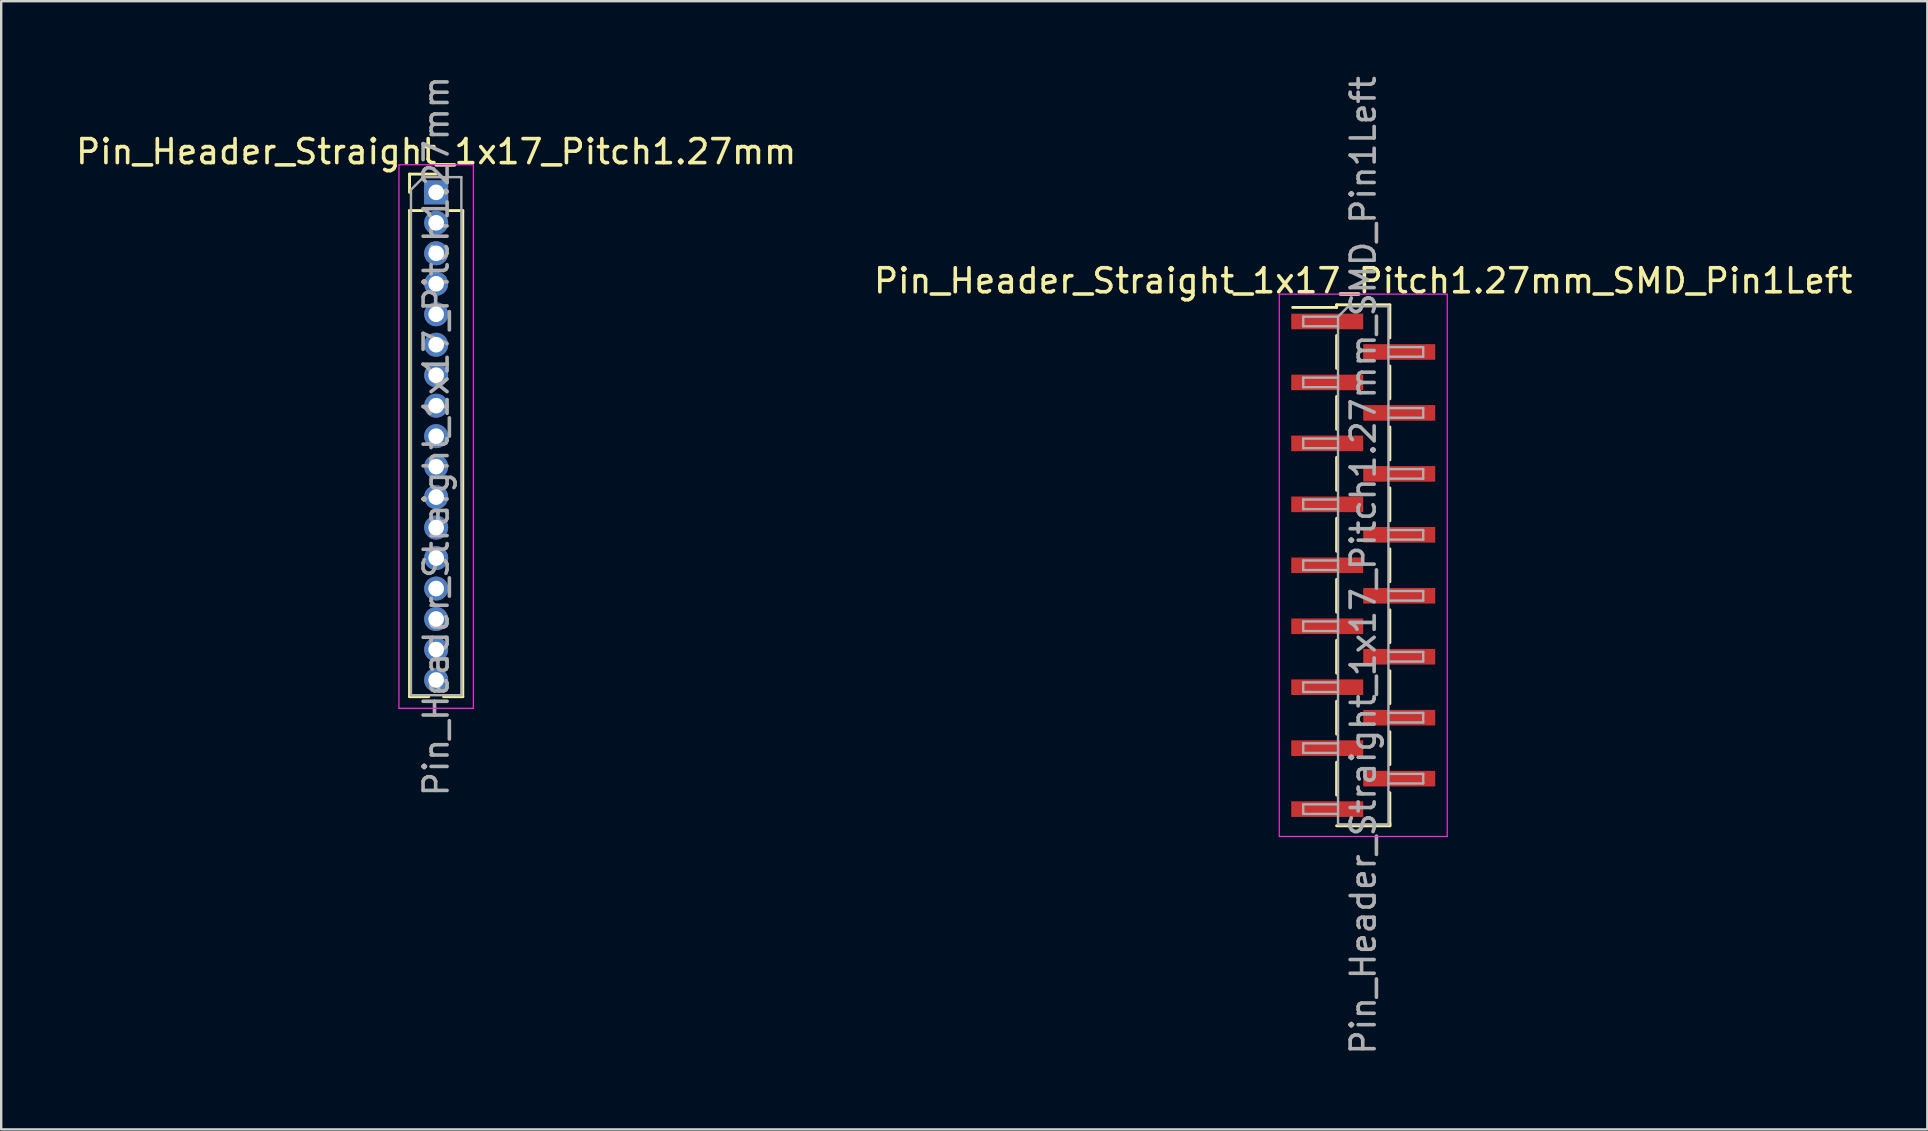
<source format=kicad_pcb>
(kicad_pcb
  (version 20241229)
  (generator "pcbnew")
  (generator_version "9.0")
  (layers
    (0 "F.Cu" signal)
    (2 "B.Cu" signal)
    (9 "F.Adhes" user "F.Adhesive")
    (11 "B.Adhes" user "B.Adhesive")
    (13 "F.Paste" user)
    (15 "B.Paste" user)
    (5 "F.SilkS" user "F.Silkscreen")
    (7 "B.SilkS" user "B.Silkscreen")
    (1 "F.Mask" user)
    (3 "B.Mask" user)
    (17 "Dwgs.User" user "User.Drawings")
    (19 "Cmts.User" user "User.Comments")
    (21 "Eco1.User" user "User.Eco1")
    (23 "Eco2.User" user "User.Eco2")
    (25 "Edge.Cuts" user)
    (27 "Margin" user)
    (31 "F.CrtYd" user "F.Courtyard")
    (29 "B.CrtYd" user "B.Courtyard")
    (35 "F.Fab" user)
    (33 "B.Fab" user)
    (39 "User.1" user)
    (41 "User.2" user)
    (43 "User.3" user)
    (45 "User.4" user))
  (footprint "Pin_Header_Straight_1x17_Pitch1.27mm_SMD_Pin1Left"
    (layer "F.Cu")
    (at 53.756 20.506)
    (property "Reference" "Pin_Header_Straight_1x17_Pitch1.27mm_SMD_Pin1Left" (at 0 -11.855 0) (layer "F.SilkS") (effects (font (size 1 1) (thickness 0.15))))
    (attr smd)
    (fp_line (start -1.11 -10.855) (end -1.11 -10.745) (stroke (width 0.12) (type solid)) (layer "F.SilkS"))
    (fp_line (start -1.11 -10.855) (end 1.11 -10.855) (stroke (width 0.12) (type solid)) (layer "F.SilkS"))
    (fp_line (start -1.11 -10.745) (end -2.94 -10.745) (stroke (width 0.12) (type solid)) (layer "F.SilkS"))
    (fp_line (start -1.11 -9.575) (end -1.11 -8.205) (stroke (width 0.12) (type solid)) (layer "F.SilkS"))
    (fp_line (start -1.11 -7.035) (end -1.11 -5.665) (stroke (width 0.12) (type solid)) (layer "F.SilkS"))
    (fp_line (start -1.11 -4.495) (end -1.11 -3.125) (stroke (width 0.12) (type solid)) (layer "F.SilkS"))
    (fp_line (start -1.11 -1.955) (end -1.11 -0.585) (stroke (width 0.12) (type solid)) (layer "F.SilkS"))
    (fp_line (start -1.11 0.585) (end -1.11 1.955) (stroke (width 0.12) (type solid)) (layer "F.SilkS"))
    (fp_line (start -1.11 3.125) (end -1.11 4.495) (stroke (width 0.12) (type solid)) (layer "F.SilkS"))
    (fp_line (start -1.11 5.665) (end -1.11 7.035) (stroke (width 0.12) (type solid)) (layer "F.SilkS"))
    (fp_line (start -1.11 8.205) (end -1.11 9.575) (stroke (width 0.12) (type solid)) (layer "F.SilkS"))
    (fp_line (start -1.11 10.855) (end 1.11 10.855) (stroke (width 0.12) (type solid)) (layer "F.SilkS"))
    (fp_line (start 1.11 -10.845) (end 1.11 -9.475) (stroke (width 0.12) (type solid)) (layer "F.SilkS"))
    (fp_line (start 1.11 -8.305) (end 1.11 -6.935) (stroke (width 0.12) (type solid)) (layer "F.SilkS"))
    (fp_line (start 1.11 -5.765) (end 1.11 -4.395) (stroke (width 0.12) (type solid)) (layer "F.SilkS"))
    (fp_line (start 1.11 -3.225) (end 1.11 -1.855) (stroke (width 0.12) (type solid)) (layer "F.SilkS"))
    (fp_line (start 1.11 -0.685) (end 1.11 0.685) (stroke (width 0.12) (type solid)) (layer "F.SilkS"))
    (fp_line (start 1.11 1.855) (end 1.11 3.225) (stroke (width 0.12) (type solid)) (layer "F.SilkS"))
    (fp_line (start 1.11 4.395) (end 1.11 5.765) (stroke (width 0.12) (type solid)) (layer "F.SilkS"))
    (fp_line (start 1.11 6.935) (end 1.11 8.305) (stroke (width 0.12) (type solid)) (layer "F.SilkS"))
    (fp_line (start 1.11 9.475) (end 1.11 10.845) (stroke (width 0.12) (type solid)) (layer "F.SilkS"))
    (fp_line (start 1.11 10.745) (end 1.11 10.855) (stroke (width 0.12) (type solid)) (layer "F.SilkS"))
    (fp_line (start -3.5 -11.3) (end -3.5 11.3) (stroke (width 0.05) (type solid)) (layer "F.CrtYd"))
    (fp_line (start -3.5 11.3) (end 3.5 11.3) (stroke (width 0.05) (type solid)) (layer "F.CrtYd"))
    (fp_line (start 3.5 -11.3) (end -3.5 -11.3) (stroke (width 0.05) (type solid)) (layer "F.CrtYd"))
    (fp_line (start 3.5 11.3) (end 3.5 -11.3) (stroke (width 0.05) (type solid)) (layer "F.CrtYd"))
    (fp_line (start -2.5 -10.36) (end -2.5 -9.96) (stroke (width 0.1) (type solid)) (layer "F.Fab"))
    (fp_line (start -2.5 -9.96) (end -1.05 -9.96) (stroke (width 0.1) (type solid)) (layer "F.Fab"))
    (fp_line (start -2.5 -7.82) (end -2.5 -7.42) (stroke (width 0.1) (type solid)) (layer "F.Fab"))
    (fp_line (start -2.5 -7.42) (end -1.05 -7.42) (stroke (width 0.1) (type solid)) (layer "F.Fab"))
    (fp_line (start -2.5 -5.28) (end -2.5 -4.88) (stroke (width 0.1) (type solid)) (layer "F.Fab"))
    (fp_line (start -2.5 -4.88) (end -1.05 -4.88) (stroke (width 0.1) (type solid)) (layer "F.Fab"))
    (fp_line (start -2.5 -2.74) (end -2.5 -2.34) (stroke (width 0.1) (type solid)) (layer "F.Fab"))
    (fp_line (start -2.5 -2.34) (end -1.05 -2.34) (stroke (width 0.1) (type solid)) (layer "F.Fab"))
    (fp_line (start -2.5 -0.2) (end -2.5 0.2) (stroke (width 0.1) (type solid)) (layer "F.Fab"))
    (fp_line (start -2.5 0.2) (end -1.05 0.2) (stroke (width 0.1) (type solid)) (layer "F.Fab"))
    (fp_line (start -2.5 2.34) (end -2.5 2.74) (stroke (width 0.1) (type solid)) (layer "F.Fab"))
    (fp_line (start -2.5 2.74) (end -1.05 2.74) (stroke (width 0.1) (type solid)) (layer "F.Fab"))
    (fp_line (start -2.5 4.88) (end -2.5 5.28) (stroke (width 0.1) (type solid)) (layer "F.Fab"))
    (fp_line (start -2.5 5.28) (end -1.05 5.28) (stroke (width 0.1) (type solid)) (layer "F.Fab"))
    (fp_line (start -2.5 7.42) (end -2.5 7.82) (stroke (width 0.1) (type solid)) (layer "F.Fab"))
    (fp_line (start -2.5 7.82) (end -1.05 7.82) (stroke (width 0.1) (type solid)) (layer "F.Fab"))
    (fp_line (start -2.5 9.96) (end -2.5 10.36) (stroke (width 0.1) (type solid)) (layer "F.Fab"))
    (fp_line (start -2.5 10.36) (end -1.05 10.36) (stroke (width 0.1) (type solid)) (layer "F.Fab"))
    (fp_line (start -1.05 -10.36) (end -2.5 -10.36) (stroke (width 0.1) (type solid)) (layer "F.Fab"))
    (fp_line (start -1.05 -10.36) (end -0.615 -10.795) (stroke (width 0.1) (type solid)) (layer "F.Fab"))
    (fp_line (start -1.05 -7.82) (end -2.5 -7.82) (stroke (width 0.1) (type solid)) (layer "F.Fab"))
    (fp_line (start -1.05 -5.28) (end -2.5 -5.28) (stroke (width 0.1) (type solid)) (layer "F.Fab"))
    (fp_line (start -1.05 -2.74) (end -2.5 -2.74) (stroke (width 0.1) (type solid)) (layer "F.Fab"))
    (fp_line (start -1.05 -0.2) (end -2.5 -0.2) (stroke (width 0.1) (type solid)) (layer "F.Fab"))
    (fp_line (start -1.05 2.34) (end -2.5 2.34) (stroke (width 0.1) (type solid)) (layer "F.Fab"))
    (fp_line (start -1.05 4.88) (end -2.5 4.88) (stroke (width 0.1) (type solid)) (layer "F.Fab"))
    (fp_line (start -1.05 7.42) (end -2.5 7.42) (stroke (width 0.1) (type solid)) (layer "F.Fab"))
    (fp_line (start -1.05 9.96) (end -2.5 9.96) (stroke (width 0.1) (type solid)) (layer "F.Fab"))
    (fp_line (start -1.05 10.795) (end -1.05 -10.36) (stroke (width 0.1) (type solid)) (layer "F.Fab"))
    (fp_line (start -0.615 -10.795) (end 1.05 -10.795) (stroke (width 0.1) (type solid)) (layer "F.Fab"))
    (fp_line (start 1.05 -10.795) (end 1.05 10.795) (stroke (width 0.1) (type solid)) (layer "F.Fab"))
    (fp_line (start 1.05 -9.09) (end 2.5 -9.09) (stroke (width 0.1) (type solid)) (layer "F.Fab"))
    (fp_line (start 1.05 -6.55) (end 2.5 -6.55) (stroke (width 0.1) (type solid)) (layer "F.Fab"))
    (fp_line (start 1.05 -4.01) (end 2.5 -4.01) (stroke (width 0.1) (type solid)) (layer "F.Fab"))
    (fp_line (start 1.05 -1.47) (end 2.5 -1.47) (stroke (width 0.1) (type solid)) (layer "F.Fab"))
    (fp_line (start 1.05 1.07) (end 2.5 1.07) (stroke (width 0.1) (type solid)) (layer "F.Fab"))
    (fp_line (start 1.05 3.61) (end 2.5 3.61) (stroke (width 0.1) (type solid)) (layer "F.Fab"))
    (fp_line (start 1.05 6.15) (end 2.5 6.15) (stroke (width 0.1) (type solid)) (layer "F.Fab"))
    (fp_line (start 1.05 8.69) (end 2.5 8.69) (stroke (width 0.1) (type solid)) (layer "F.Fab"))
    (fp_line (start 1.05 10.795) (end -1.05 10.795) (stroke (width 0.1) (type solid)) (layer "F.Fab"))
    (fp_line (start 2.5 -9.09) (end 2.5 -8.69) (stroke (width 0.1) (type solid)) (layer "F.Fab"))
    (fp_line (start 2.5 -8.69) (end 1.05 -8.69) (stroke (width 0.1) (type solid)) (layer "F.Fab"))
    (fp_line (start 2.5 -6.55) (end 2.5 -6.15) (stroke (width 0.1) (type solid)) (layer "F.Fab"))
    (fp_line (start 2.5 -6.15) (end 1.05 -6.15) (stroke (width 0.1) (type solid)) (layer "F.Fab"))
    (fp_line (start 2.5 -4.01) (end 2.5 -3.61) (stroke (width 0.1) (type solid)) (layer "F.Fab"))
    (fp_line (start 2.5 -3.61) (end 1.05 -3.61) (stroke (width 0.1) (type solid)) (layer "F.Fab"))
    (fp_line (start 2.5 -1.47) (end 2.5 -1.07) (stroke (width 0.1) (type solid)) (layer "F.Fab"))
    (fp_line (start 2.5 -1.07) (end 1.05 -1.07) (stroke (width 0.1) (type solid)) (layer "F.Fab"))
    (fp_line (start 2.5 1.07) (end 2.5 1.47) (stroke (width 0.1) (type solid)) (layer "F.Fab"))
    (fp_line (start 2.5 1.47) (end 1.05 1.47) (stroke (width 0.1) (type solid)) (layer "F.Fab"))
    (fp_line (start 2.5 3.61) (end 2.5 4.01) (stroke (width 0.1) (type solid)) (layer "F.Fab"))
    (fp_line (start 2.5 4.01) (end 1.05 4.01) (stroke (width 0.1) (type solid)) (layer "F.Fab"))
    (fp_line (start 2.5 6.15) (end 2.5 6.55) (stroke (width 0.1) (type solid)) (layer "F.Fab"))
    (fp_line (start 2.5 6.55) (end 1.05 6.55) (stroke (width 0.1) (type solid)) (layer "F.Fab"))
    (fp_line (start 2.5 8.69) (end 2.5 9.09) (stroke (width 0.1) (type solid)) (layer "F.Fab"))
    (fp_line (start 2.5 9.09) (end 1.05 9.09) (stroke (width 0.1) (type solid)) (layer "F.Fab"))
    (fp_text user "${REFERENCE}" (at 0 0 90) (layer "F.Fab") (effects (font (size 1 1) (thickness 0.15))))
    (pad "1" smd rect (at -1.5 -10.16) (size 3 0.65) (layers "F.Cu" "F.Mask" "F.Paste"))
    (pad "2" smd rect (at 1.5 -8.89) (size 3 0.65) (layers "F.Cu" "F.Mask" "F.Paste"))
    (pad "3" smd rect (at -1.5 -7.62) (size 3 0.65) (layers "F.Cu" "F.Mask" "F.Paste"))
    (pad "4" smd rect (at 1.5 -6.35) (size 3 0.65) (layers "F.Cu" "F.Mask" "F.Paste"))
    (pad "5" smd rect (at -1.5 -5.08) (size 3 0.65) (layers "F.Cu" "F.Mask" "F.Paste"))
    (pad "6" smd rect (at 1.5 -3.81) (size 3 0.65) (layers "F.Cu" "F.Mask" "F.Paste"))
    (pad "7" smd rect (at -1.5 -2.54) (size 3 0.65) (layers "F.Cu" "F.Mask" "F.Paste"))
    (pad "8" smd rect (at 1.5 -1.27) (size 3 0.65) (layers "F.Cu" "F.Mask" "F.Paste"))
    (pad "9" smd rect (at -1.5 0) (size 3 0.65) (layers "F.Cu" "F.Mask" "F.Paste"))
    (pad "10" smd rect (at 1.5 1.27) (size 3 0.65) (layers "F.Cu" "F.Mask" "F.Paste"))
    (pad "11" smd rect (at -1.5 2.54) (size 3 0.65) (layers "F.Cu" "F.Mask" "F.Paste"))
    (pad "12" smd rect (at 1.5 3.81) (size 3 0.65) (layers "F.Cu" "F.Mask" "F.Paste"))
    (pad "13" smd rect (at -1.5 5.08) (size 3 0.65) (layers "F.Cu" "F.Mask" "F.Paste"))
    (pad "14" smd rect (at 1.5 6.35) (size 3 0.65) (layers "F.Cu" "F.Mask" "F.Paste"))
    (pad "15" smd rect (at -1.5 7.62) (size 3 0.65) (layers "F.Cu" "F.Mask" "F.Paste"))
    (pad "16" smd rect (at 1.5 8.89) (size 3 0.65) (layers "F.Cu" "F.Mask" "F.Paste"))
    (pad "17" smd rect (at -1.5 10.16) (size 3 0.65) (layers "F.Cu" "F.Mask" "F.Paste")))
  (footprint "Pin_Header_Straight_1x17_Pitch1.27mm"
    (layer "F.Cu")
    (at 15.125 4.965)
    (property "Reference" "Pin_Header_Straight_1x17_Pitch1.27mm" (at 0 -1.695 0) (layer "F.SilkS") (effects (font (size 1 1) (thickness 0.15))))
    (attr through_hole)
    (fp_line (start -1.11 -0.76) (end 0 -0.76) (stroke (width 0.12) (type solid)) (layer "F.SilkS"))
    (fp_line (start -1.11 0) (end -1.11 -0.76) (stroke (width 0.12) (type solid)) (layer "F.SilkS"))
    (fp_line (start -1.11 0.76) (end -1.11 21.015) (stroke (width 0.12) (type solid)) (layer "F.SilkS"))
    (fp_line (start -1.11 0.76) (end -0.563 0.76) (stroke (width 0.12) (type solid)) (layer "F.SilkS"))
    (fp_line (start -1.11 21.015) (end -0.308 21.015) (stroke (width 0.12) (type solid)) (layer "F.SilkS"))
    (fp_line (start 0.308 21.015) (end 1.11 21.015) (stroke (width 0.12) (type solid)) (layer "F.SilkS"))
    (fp_line (start 0.563 0.76) (end 1.11 0.76) (stroke (width 0.12) (type solid)) (layer "F.SilkS"))
    (fp_line (start 1.11 0.76) (end 1.11 21.015) (stroke (width 0.12) (type solid)) (layer "F.SilkS"))
    (fp_line (start -1.55 -1.15) (end -1.55 21.5) (stroke (width 0.05) (type solid)) (layer "F.CrtYd"))
    (fp_line (start -1.55 21.5) (end 1.55 21.5) (stroke (width 0.05) (type solid)) (layer "F.CrtYd"))
    (fp_line (start 1.55 -1.15) (end -1.55 -1.15) (stroke (width 0.05) (type solid)) (layer "F.CrtYd"))
    (fp_line (start 1.55 21.5) (end 1.55 -1.15) (stroke (width 0.05) (type solid)) (layer "F.CrtYd"))
    (fp_line (start -1.05 -0.11) (end -0.525 -0.635) (stroke (width 0.1) (type solid)) (layer "F.Fab"))
    (fp_line (start -1.05 20.955) (end -1.05 -0.11) (stroke (width 0.1) (type solid)) (layer "F.Fab"))
    (fp_line (start -0.525 -0.635) (end 1.05 -0.635) (stroke (width 0.1) (type solid)) (layer "F.Fab"))
    (fp_line (start 1.05 -0.635) (end 1.05 20.955) (stroke (width 0.1) (type solid)) (layer "F.Fab"))
    (fp_line (start 1.05 20.955) (end -1.05 20.955) (stroke (width 0.1) (type solid)) (layer "F.Fab"))
    (fp_text user "${REFERENCE}" (at 0 10.16 90) (layer "F.Fab") (effects (font (size 1 1) (thickness 0.15))))
    (pad "1" thru_hole rect (at 0 0) (size 1 1) (drill 0.65) (layers "*.Cu" "*.Mask"))
    (pad "2" thru_hole oval (at 0 1.27) (size 1 1) (drill 0.65) (layers "*.Cu" "*.Mask"))
    (pad "3" thru_hole oval (at 0 2.54) (size 1 1) (drill 0.65) (layers "*.Cu" "*.Mask"))
    (pad "4" thru_hole oval (at 0 3.81) (size 1 1) (drill 0.65) (layers "*.Cu" "*.Mask"))
    (pad "5" thru_hole oval (at 0 5.08) (size 1 1) (drill 0.65) (layers "*.Cu" "*.Mask"))
    (pad "6" thru_hole oval (at 0 6.35) (size 1 1) (drill 0.65) (layers "*.Cu" "*.Mask"))
    (pad "7" thru_hole oval (at 0 7.62) (size 1 1) (drill 0.65) (layers "*.Cu" "*.Mask"))
    (pad "8" thru_hole oval (at 0 8.89) (size 1 1) (drill 0.65) (layers "*.Cu" "*.Mask"))
    (pad "9" thru_hole oval (at 0 10.16) (size 1 1) (drill 0.65) (layers "*.Cu" "*.Mask"))
    (pad "10" thru_hole oval (at 0 11.43) (size 1 1) (drill 0.65) (layers "*.Cu" "*.Mask"))
    (pad "11" thru_hole oval (at 0 12.7) (size 1 1) (drill 0.65) (layers "*.Cu" "*.Mask"))
    (pad "12" thru_hole oval (at 0 13.97) (size 1 1) (drill 0.65) (layers "*.Cu" "*.Mask"))
    (pad "13" thru_hole oval (at 0 15.24) (size 1 1) (drill 0.65) (layers "*.Cu" "*.Mask"))
    (pad "14" thru_hole oval (at 0 16.51) (size 1 1) (drill 0.65) (layers "*.Cu" "*.Mask"))
    (pad "15" thru_hole oval (at 0 17.78) (size 1 1) (drill 0.65) (layers "*.Cu" "*.Mask"))
    (pad "16" thru_hole oval (at 0 19.05) (size 1 1) (drill 0.65) (layers "*.Cu" "*.Mask"))
    (pad "17" thru_hole oval (at 0 20.32) (size 1 1) (drill 0.65) (layers "*.Cu" "*.Mask")))
  (gr_rect
    (start -3 -3)
    (end 77.262 44.012)
    (stroke (width 0.1) (type default))
    (fill no)
    (layer "Edge.Cuts")))
</source>
